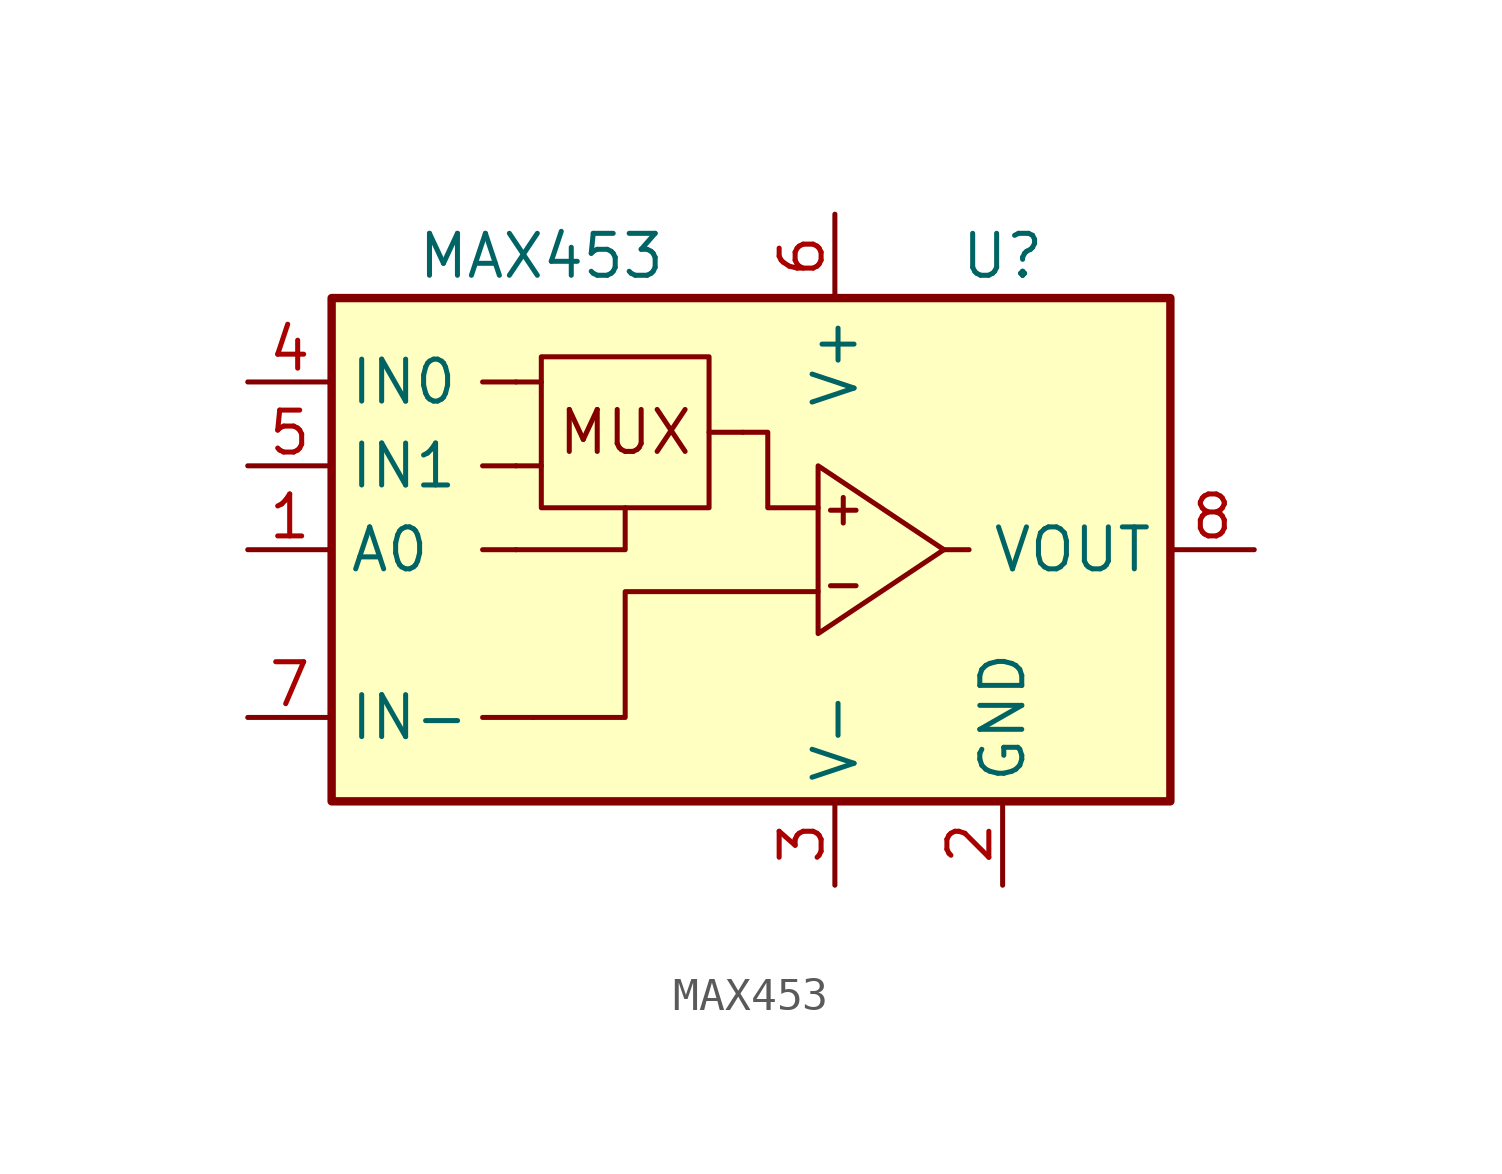
<source format=kicad_sym>
(kicad_symbol_lib
  (version 20201005)
  (generator kicad_symbol_editor)
  (symbol "MAX453"
    (property "Reference" "U"
      (at 7.62 8.89 0)
      (effects (font (size 1.27 1.27))))
    (property "Value" "MAX453"
      (at -6.35 8.89 0)
      (effects (font (size 1.27 1.27))))
    (symbol "MAX453_0_0"
      (text "+" (at 2.794 1.27 0) (effects (font (size 1.016 1.016))))
      (text "-" (at 2.794 -1.016 0) (effects (font (size 1.016 1.016))))
      (text "MUX" (at -3.81 3.556 0) (effects (font (size 1.27 1.27))))
      (rectangle (start -6.35 5.842) (end -1.27 1.27) (stroke (width 0)) (fill (type none)))
      (rectangle (start -12.7 7.62) (end 12.7 -7.62) (stroke (width 0.254)) (fill (type background)))
      (polyline (pts (xy -6.35 2.54) (xy -7.112 2.54)) (stroke (width 0)) (fill (type none)))
      (polyline (pts (xy -6.35 5.08) (xy -7.112 5.08)) (stroke (width 0)) (fill (type none)))
      (polyline (pts (xy -1.27 3.556) (xy -0.254 3.556)) (stroke (width 0)) (fill (type none)))
      (polyline (pts (xy -3.81 1.27) (xy -3.81 0) (xy -7.112 0)) (stroke (width 0)) (fill (type none)))
      (polyline (pts (xy 2.032 1.27) (xy 0.508 1.27) (xy 0.508 3.556) (xy -0.254 3.556)) (stroke (width 0)) (fill (type none)))
      (polyline (pts (xy 5.842 0) (xy 2.032 2.54) (xy 2.032 -2.54) (xy 5.842 0)) (stroke (width 0)) (fill (type none)))
      (polyline (pts (xy 2.032 -1.27) (xy 0.508 -1.27) (xy -3.81 -1.27) (xy -3.81 -5.08) (xy -6.604 -5.08)) (stroke (width 0)) (fill (type none))))
    (symbol "MAX453_0_1"
      (polyline (pts (xy -8.128 2.54) (xy -7.112 2.54)) (stroke (width 0)) (fill (type none)))
      (polyline (pts (xy -7.112 0) (xy -8.128 0)) (stroke (width 0)) (fill (type none)))
      (polyline (pts (xy -7.112 5.08) (xy -8.128 5.08)) (stroke (width 0)) (fill (type none)))
      (polyline (pts (xy -6.604 -5.08) (xy -8.128 -5.08)) (stroke (width 0)) (fill (type none)))
      (polyline (pts (xy 5.842 0) (xy 6.604 0)) (stroke (width 0)) (fill (type none))))
    (symbol "MAX453_1_1"
      (pin input line (at -15.24 0 0) (length 2.54) (name "A0" (effects (font (size 1.27 1.27)))) (number "1" (effects (font (size 1.27 1.27)))))
      (pin power_in line (at 7.62 -10.16 90) (length 2.54) (name "GND" (effects (font (size 1.27 1.27)))) (number "2" (effects (font (size 1.27 1.27)))))
      (pin power_in line (at 2.54 -10.16 90) (length 2.54) (name "V-" (effects (font (size 1.27 1.27)))) (number "3" (effects (font (size 1.27 1.27)))))
      (pin input line (at -15.24 5.08 0) (length 2.54) (name "IN0" (effects (font (size 1.27 1.27)))) (number "4" (effects (font (size 1.27 1.27)))))
      (pin input line (at -15.24 2.54 0) (length 2.54) (name "IN1" (effects (font (size 1.27 1.27)))) (number "5" (effects (font (size 1.27 1.27)))))
      (pin power_in line (at 2.54 10.16 270) (length 2.54) (name "V+" (effects (font (size 1.27 1.27)))) (number "6" (effects (font (size 1.27 1.27)))))
      (pin input line (at -15.24 -5.08 0) (length 2.54) (name "IN-" (effects (font (size 1.27 1.27)))) (number "7" (effects (font (size 1.27 1.27)))))
      (pin output line (at 15.24 0 180) (length 2.54) (name "VOUT" (effects (font (size 1.27 1.27)))) (number "8" (effects (font (size 1.27 1.27))))))))
</source>
